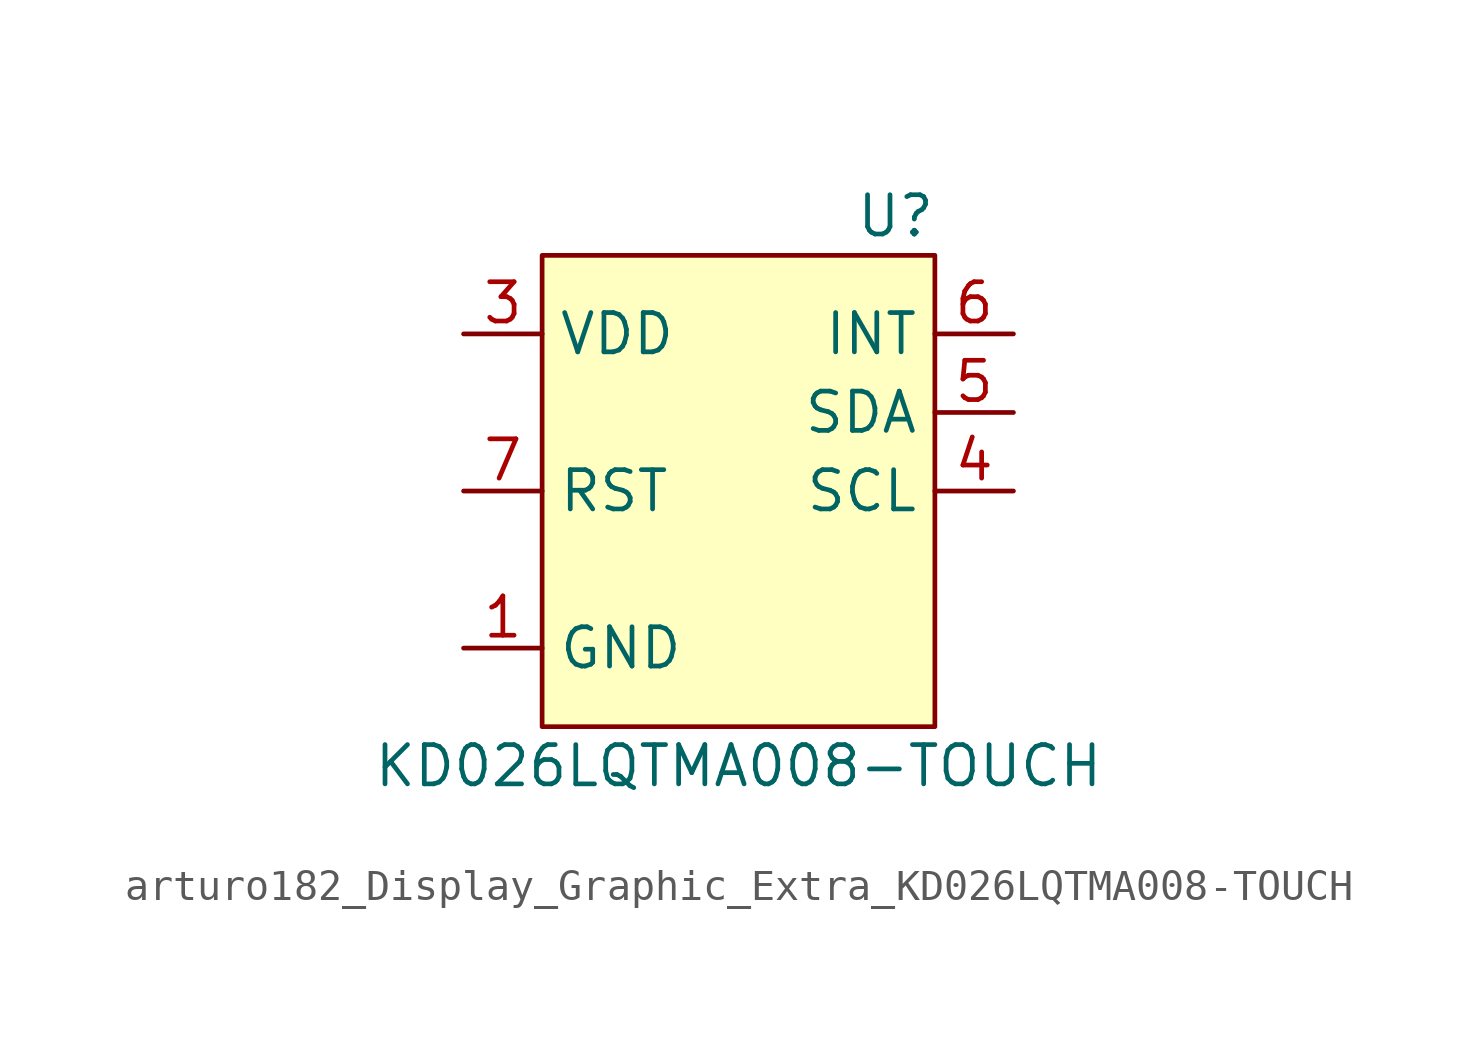
<source format=kicad_sym>
(kicad_symbol_lib
  (version 20220914)
  (generator kicad_symbol_editor)
  (symbol "arturo182_Display_Graphic_Extra_KD026LQTMA008-TOUCH"
    (property "Reference" "U"
      (at 5.08 8.89 0)
      (effects (font (size 1.27 1.27))))
    (property "Value" "KD026LQTMA008-TOUCH"
      (at 0 -8.89 0)
      (effects (font (size 1.27 1.27))))
    (symbol "arturo182_Display_Graphic_Extra_KD026LQTMA008-TOUCH_0_0"
      (pin power_in line (at -8.89 -5.08 0) (length 2.54) (name "GND" (effects (font (size 1.27 1.27)))) (number "1" (effects (font (size 1.27 1.27)))))
      (pin passive line (at -8.89 5.08 0) (length 2.54) hide (name "VDD" (effects (font (size 1.27 1.27)))) (number "2" (effects (font (size 1.27 1.27)))))
      (pin power_in line (at -8.89 5.08 0) (length 2.54) (name "VDD" (effects (font (size 1.27 1.27)))) (number "3" (effects (font (size 1.27 1.27)))))
      (pin input line (at 8.89 0 180) (length 2.54) (name "SCL" (effects (font (size 1.27 1.27)))) (number "4" (effects (font (size 1.27 1.27)))))
      (pin bidirectional line (at 8.89 2.54 180) (length 2.54) (name "SDA" (effects (font (size 1.27 1.27)))) (number "5" (effects (font (size 1.27 1.27)))))
      (pin output line (at 8.89 5.08 180) (length 2.54) (name "INT" (effects (font (size 1.27 1.27)))) (number "6" (effects (font (size 1.27 1.27)))))
      (pin input line (at -8.89 0 0) (length 2.54) (name "RST" (effects (font (size 1.27 1.27)))) (number "7" (effects (font (size 1.27 1.27)))))
      (pin passive line (at -8.89 -5.08 0) (length 2.54) hide (name "GND" (effects (font (size 1.27 1.27)))) (number "8" (effects (font (size 1.27 1.27))))))
    (symbol "arturo182_Display_Graphic_Extra_KD026LQTMA008-TOUCH_0_1"
      (rectangle (start -6.35 7.62) (end 6.35 -7.62) (stroke (width 0.152) (type default)) (fill (type background))))))
</source>
